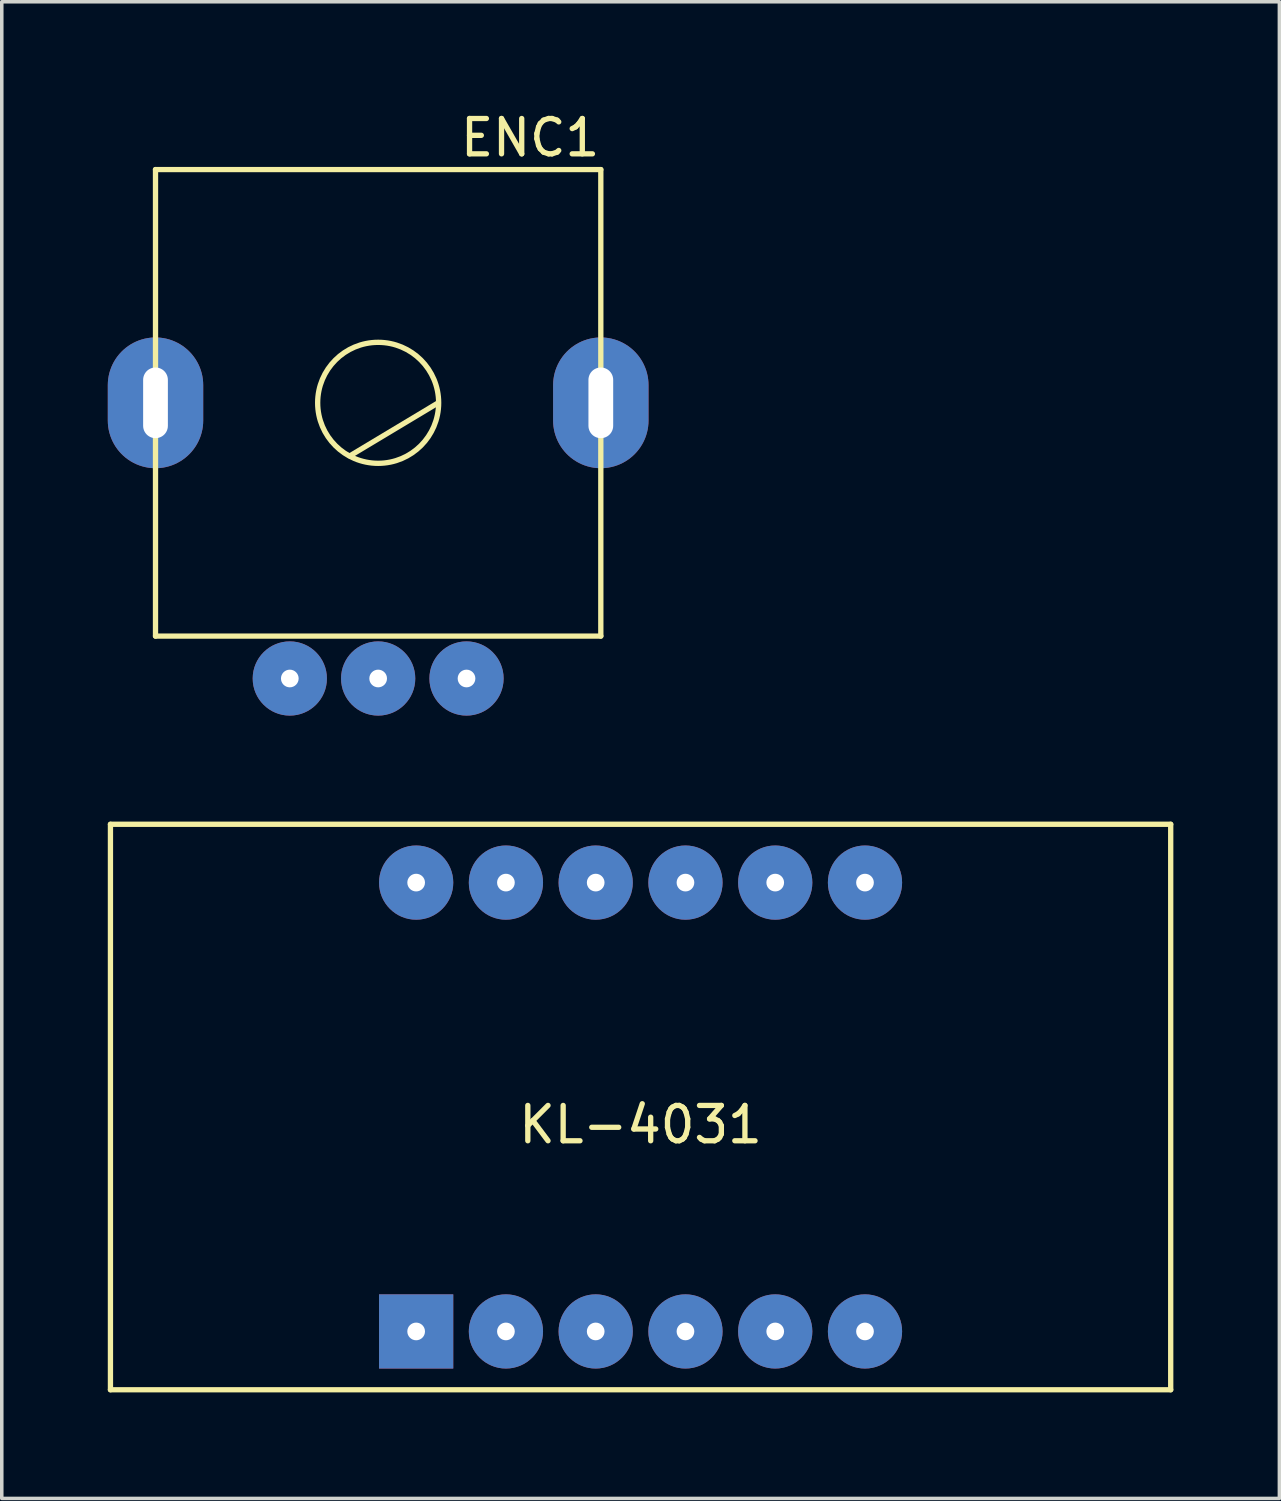
<source format=kicad_pcb>
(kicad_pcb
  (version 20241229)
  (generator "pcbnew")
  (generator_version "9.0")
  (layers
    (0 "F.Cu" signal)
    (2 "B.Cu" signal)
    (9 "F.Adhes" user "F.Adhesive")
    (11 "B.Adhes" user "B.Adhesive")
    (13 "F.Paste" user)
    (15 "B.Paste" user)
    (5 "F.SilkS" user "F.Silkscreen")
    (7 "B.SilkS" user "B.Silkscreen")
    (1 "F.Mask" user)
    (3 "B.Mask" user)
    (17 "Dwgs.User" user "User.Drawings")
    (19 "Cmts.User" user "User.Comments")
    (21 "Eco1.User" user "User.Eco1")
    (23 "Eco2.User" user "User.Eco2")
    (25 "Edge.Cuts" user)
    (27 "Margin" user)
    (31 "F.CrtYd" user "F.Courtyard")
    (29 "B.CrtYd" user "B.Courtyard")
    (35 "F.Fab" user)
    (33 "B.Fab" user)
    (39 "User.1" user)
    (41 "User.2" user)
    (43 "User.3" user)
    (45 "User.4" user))
  (footprint "ENC1"
    (layer "F.Cu")
    (at 7.65 8.348)
    (property "Reference" "ENC1" (at 4.3 -7.5 0) (layer "F.SilkS") (effects (font (size 1 1) (thickness 0.15))))
    (attr through_hole)
    (fp_line (start -6.3 -6.6) (end 6.3 -6.6) (stroke (width 0.15) (type solid)) (layer "F.SilkS"))
    (fp_line (start -6.3 0) (end -6.3 -6.6) (stroke (width 0.15) (type solid)) (layer "F.SilkS"))
    (fp_line (start -6.3 6.6) (end -6.3 0) (stroke (width 0.15) (type solid)) (layer "F.SilkS"))
    (fp_line (start -0.8 1.5) (end 1.7 0) (stroke (width 0.15) (type solid)) (layer "F.SilkS"))
    (fp_line (start 6.3 -6.6) (end 6.3 6.6) (stroke (width 0.15) (type solid)) (layer "F.SilkS"))
    (fp_line (start 6.3 6.6) (end -6.3 6.6) (stroke (width 0.15) (type solid)) (layer "F.SilkS"))
    (fp_circle (center 0 0) (end 1.7 0.2) (stroke (width 0.15) (type solid)) (fill no) (layer "F.SilkS"))
    (pad "1" thru_hole circle (at -2.5 7.8) (size 2.1 2.1) (drill 0.5) (layers "*.Cu" "*.Mask"))
    (pad "2" thru_hole circle (at 0 7.8) (size 2.1 2.1) (drill 0.5) (layers "*.Cu" "*.Mask"))
    (pad "3" thru_hole circle (at 2.5 7.8) (size 2.1 2.1) (drill 0.5) (layers "*.Cu" "*.Mask"))
    (pad "4" thru_hole oval (at 6.3 0) (size 2.7 3.7) (drill oval 0.7 2) (layers "*.Cu" "*.Mask"))
    (pad "5" thru_hole oval (at -6.3 0) (size 2.7 3.7) (drill oval 0.7 2) (layers "*.Cu" "*.Mask")))
  (footprint "KL-4031"
    (layer "F.Cu")
    (at 15.075 28.273)
    (property "Reference" "KL-4031" (at 0 0.5 0) (layer "F.SilkS") (effects (font (size 1 1) (thickness 0.15))))
    (attr through_hole)
    (fp_line (start -15 -8) (end 15 -8) (stroke (width 0.15) (type solid)) (layer "F.SilkS"))
    (fp_line (start -15 8) (end -15 -8) (stroke (width 0.15) (type solid)) (layer "F.SilkS"))
    (fp_line (start 15 -8) (end 15 8) (stroke (width 0.15) (type solid)) (layer "F.SilkS"))
    (fp_line (start 15 8) (end -15 8) (stroke (width 0.15) (type solid)) (layer "F.SilkS"))
    (pad "1" thru_hole rect (at -6.35 6.35) (size 2.1 2.1) (drill 0.5) (layers "*.Cu" "*.Mask"))
    (pad "2" thru_hole circle (at -3.81 6.35) (size 2.1 2.1) (drill 0.5) (layers "*.Cu" "*.Mask"))
    (pad "3" thru_hole circle (at -1.27 6.35) (size 2.1 2.1) (drill 0.5) (layers "*.Cu" "*.Mask"))
    (pad "4" thru_hole circle (at 1.27 6.35) (size 2.1 2.1) (drill 0.5) (layers "*.Cu" "*.Mask"))
    (pad "5" thru_hole circle (at 3.81 6.35) (size 2.1 2.1) (drill 0.5) (layers "*.Cu" "*.Mask"))
    (pad "6" thru_hole circle (at 6.35 6.35) (size 2.1 2.1) (drill 0.5) (layers "*.Cu" "*.Mask"))
    (pad "7" thru_hole circle (at 6.35 -6.35) (size 2.1 2.1) (drill 0.5) (layers "*.Cu" "*.Mask"))
    (pad "8" thru_hole circle (at 3.81 -6.35) (size 2.1 2.1) (drill 0.5) (layers "*.Cu" "*.Mask"))
    (pad "9" thru_hole circle (at 1.27 -6.35) (size 2.1 2.1) (drill 0.5) (layers "*.Cu" "*.Mask"))
    (pad "10" thru_hole circle (at -1.27 -6.35) (size 2.1 2.1) (drill 0.5) (layers "*.Cu" "*.Mask"))
    (pad "11" thru_hole circle (at -3.81 -6.35) (size 2.1 2.1) (drill 0.5) (layers "*.Cu" "*.Mask"))
    (pad "12" thru_hole circle (at -6.35 -6.35) (size 2.1 2.1) (drill 0.5) (layers "*.Cu" "*.Mask")))
  (gr_rect
    (start -3 -3)
    (end 33.15 39.348)
    (stroke (width 0.1) (type default))
    (fill no)
    (layer "Edge.Cuts")))
</source>
